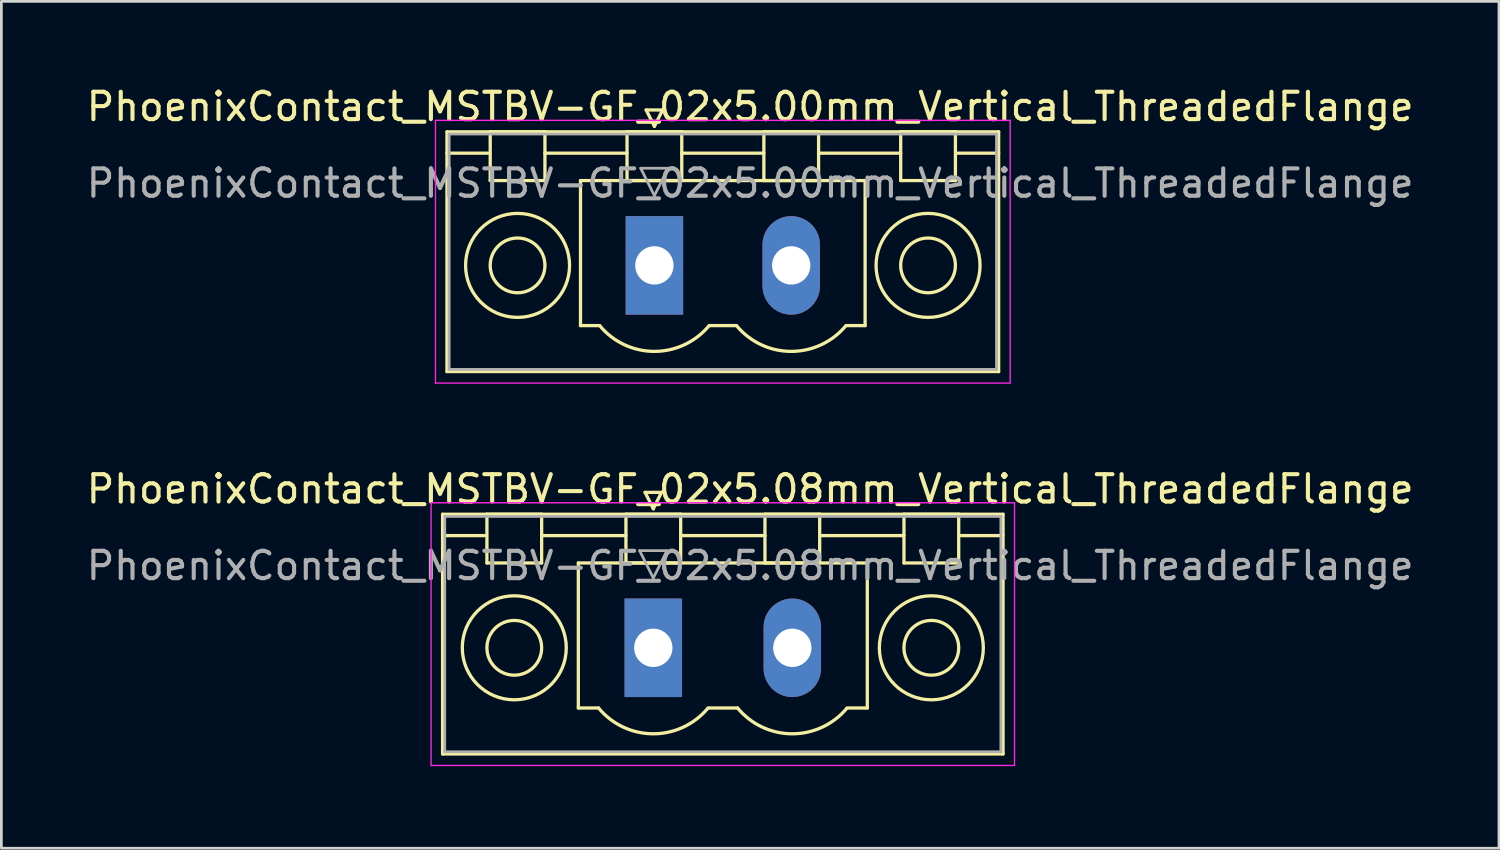
<source format=kicad_pcb>
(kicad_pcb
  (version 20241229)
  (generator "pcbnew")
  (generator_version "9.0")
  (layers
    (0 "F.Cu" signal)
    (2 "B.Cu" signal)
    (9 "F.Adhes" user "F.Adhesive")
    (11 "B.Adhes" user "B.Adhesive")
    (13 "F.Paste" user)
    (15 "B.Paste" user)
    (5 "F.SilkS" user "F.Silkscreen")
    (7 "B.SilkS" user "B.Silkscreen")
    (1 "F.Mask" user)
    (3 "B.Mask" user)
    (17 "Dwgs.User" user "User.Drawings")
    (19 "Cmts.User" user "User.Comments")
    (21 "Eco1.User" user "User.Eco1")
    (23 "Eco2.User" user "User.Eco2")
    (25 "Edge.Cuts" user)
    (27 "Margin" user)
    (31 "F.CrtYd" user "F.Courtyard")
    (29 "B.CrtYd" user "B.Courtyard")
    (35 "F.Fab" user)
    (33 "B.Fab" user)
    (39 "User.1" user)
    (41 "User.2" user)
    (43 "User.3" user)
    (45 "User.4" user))
  (footprint "PhoenixContact_MSTBV-GF_02x5.08mm_Vertical_ThreadedFlange"
    (layer "F.Cu")
    (at 20.823 20.622)
    (property "Reference" "PhoenixContact_MSTBV-GF_02x5.08mm_Vertical_ThreadedFlange" (at 3.54 -5.8 0) (layer "F.SilkS") (effects (font (size 1 1) (thickness 0.15))))
    (attr through_hole)
    (fp_line (start -7.7 -4.88) (end -7.7 3.88) (stroke (width 0.12) (type solid)) (layer "F.SilkS"))
    (fp_line (start -7.7 -4.1) (end -6.16 -4.1) (stroke (width 0.12) (type solid)) (layer "F.SilkS"))
    (fp_line (start -7.7 3.88) (end 12.78 3.88) (stroke (width 0.12) (type solid)) (layer "F.SilkS"))
    (fp_line (start -6.08 -4.88) (end -4.08 -4.88) (stroke (width 0.12) (type solid)) (layer "F.SilkS"))
    (fp_line (start -6.08 -3.1) (end -6.08 -4.88) (stroke (width 0.12) (type solid)) (layer "F.SilkS"))
    (fp_line (start -4.08 -4.88) (end -4.08 -3.1) (stroke (width 0.12) (type solid)) (layer "F.SilkS"))
    (fp_line (start -4.08 -4.1) (end -1 -4.1) (stroke (width 0.12) (type solid)) (layer "F.SilkS"))
    (fp_line (start -4.08 -3.1) (end -6.08 -3.1) (stroke (width 0.12) (type solid)) (layer "F.SilkS"))
    (fp_line (start -2.74 -3.1) (end 7.82 -3.1) (stroke (width 0.12) (type solid)) (layer "F.SilkS"))
    (fp_line (start -2.74 2.2) (end -2.74 -3.1) (stroke (width 0.12) (type solid)) (layer "F.SilkS"))
    (fp_line (start -2 2.2) (end -2.74 2.2) (stroke (width 0.12) (type solid)) (layer "F.SilkS"))
    (fp_line (start -1 -4.88) (end 1 -4.88) (stroke (width 0.12) (type solid)) (layer "F.SilkS"))
    (fp_line (start -1 -3.1) (end -1 -4.88) (stroke (width 0.12) (type solid)) (layer "F.SilkS"))
    (fp_line (start -0.3 -5.68) (end 0.3 -5.68) (stroke (width 0.12) (type solid)) (layer "F.SilkS"))
    (fp_line (start 0 -5.08) (end -0.3 -5.68) (stroke (width 0.12) (type solid)) (layer "F.SilkS"))
    (fp_line (start 0.3 -5.68) (end 0 -5.08) (stroke (width 0.12) (type solid)) (layer "F.SilkS"))
    (fp_line (start 1 -4.88) (end 1 -3.1) (stroke (width 0.12) (type solid)) (layer "F.SilkS"))
    (fp_line (start 1 -4.1) (end 4.08 -4.1) (stroke (width 0.12) (type solid)) (layer "F.SilkS"))
    (fp_line (start 1 -3.1) (end -1 -3.1) (stroke (width 0.12) (type solid)) (layer "F.SilkS"))
    (fp_line (start 2 2.2) (end 3.08 2.2) (stroke (width 0.12) (type solid)) (layer "F.SilkS"))
    (fp_line (start 4.08 -4.88) (end 6.08 -4.88) (stroke (width 0.12) (type solid)) (layer "F.SilkS"))
    (fp_line (start 4.08 -3.1) (end 4.08 -4.88) (stroke (width 0.12) (type solid)) (layer "F.SilkS"))
    (fp_line (start 6.08 -4.88) (end 6.08 -3.1) (stroke (width 0.12) (type solid)) (layer "F.SilkS"))
    (fp_line (start 6.08 -4.1) (end 9.16 -4.1) (stroke (width 0.12) (type solid)) (layer "F.SilkS"))
    (fp_line (start 6.08 -3.1) (end 4.08 -3.1) (stroke (width 0.12) (type solid)) (layer "F.SilkS"))
    (fp_line (start 7.82 -3.1) (end 7.82 2.2) (stroke (width 0.12) (type solid)) (layer "F.SilkS"))
    (fp_line (start 7.82 2.2) (end 7.08 2.2) (stroke (width 0.12) (type solid)) (layer "F.SilkS"))
    (fp_line (start 9.16 -4.88) (end 11.16 -4.88) (stroke (width 0.12) (type solid)) (layer "F.SilkS"))
    (fp_line (start 9.16 -3.1) (end 9.16 -4.88) (stroke (width 0.12) (type solid)) (layer "F.SilkS"))
    (fp_line (start 11.16 -4.88) (end 11.16 -3.1) (stroke (width 0.12) (type solid)) (layer "F.SilkS"))
    (fp_line (start 11.16 -3.1) (end 9.16 -3.1) (stroke (width 0.12) (type solid)) (layer "F.SilkS"))
    (fp_line (start 12.78 -4.88) (end -7.7 -4.88) (stroke (width 0.12) (type solid)) (layer "F.SilkS"))
    (fp_line (start 12.78 -4.1) (end 11.24 -4.1) (stroke (width 0.12) (type solid)) (layer "F.SilkS"))
    (fp_line (start 12.78 3.88) (end 12.78 -4.88) (stroke (width 0.12) (type solid)) (layer "F.SilkS"))
    (fp_arc (start 1.986842 2.215821) (mid -0.010289 3.142758) (end -2 2.2) (stroke (width 0.12) (type solid)) (layer "F.SilkS"))
    (fp_arc (start 7.066842 2.215821) (mid 5.069711 3.142758) (end 3.08 2.2) (stroke (width 0.12) (type solid)) (layer "F.SilkS"))
    (fp_circle (center -5.08 0) (end -4.08 0) (stroke (width 0.12) (type solid)) (fill no) (layer "F.SilkS"))
    (fp_circle (center -5.08 0) (end -3.18 0) (stroke (width 0.12) (type solid)) (fill no) (layer "F.SilkS"))
    (fp_circle (center 10.16 0) (end 11.16 0) (stroke (width 0.12) (type solid)) (fill no) (layer "F.SilkS"))
    (fp_circle (center 10.16 0) (end 12.06 0) (stroke (width 0.12) (type solid)) (fill no) (layer "F.SilkS"))
    (fp_line (start -8.12 -5.3) (end -8.12 4.3) (stroke (width 0.05) (type solid)) (layer "F.CrtYd"))
    (fp_line (start -8.12 4.3) (end 13.2 4.3) (stroke (width 0.05) (type solid)) (layer "F.CrtYd"))
    (fp_line (start 13.2 -5.3) (end -8.12 -5.3) (stroke (width 0.05) (type solid)) (layer "F.CrtYd"))
    (fp_line (start 13.2 4.3) (end 13.2 -5.3) (stroke (width 0.05) (type solid)) (layer "F.CrtYd"))
    (fp_line (start -7.62 -4.8) (end -7.62 3.8) (stroke (width 0.1) (type solid)) (layer "F.Fab"))
    (fp_line (start -7.62 3.8) (end 12.7 3.8) (stroke (width 0.1) (type solid)) (layer "F.Fab"))
    (fp_line (start -0.5 -3.55) (end 0.5 -3.55) (stroke (width 0.1) (type solid)) (layer "F.Fab"))
    (fp_line (start 0 -2.55) (end -0.5 -3.55) (stroke (width 0.1) (type solid)) (layer "F.Fab"))
    (fp_line (start 0.5 -3.55) (end 0 -2.55) (stroke (width 0.1) (type solid)) (layer "F.Fab"))
    (fp_line (start 12.7 -4.8) (end -7.62 -4.8) (stroke (width 0.1) (type solid)) (layer "F.Fab"))
    (fp_line (start 12.7 3.8) (end 12.7 -4.8) (stroke (width 0.1) (type solid)) (layer "F.Fab"))
    (fp_text user "${REFERENCE}" (at 3.54 -3 0) (layer "F.Fab") (effects (font (size 1 1) (thickness 0.15))))
    (pad "1" thru_hole rect (at 0 0) (size 2.1 3.6) (drill 1.4) (layers "*.Cu" "*.Mask"))
    (pad "2" thru_hole oval (at 5.08 0) (size 2.1 3.6) (drill 1.4) (layers "*.Cu" "*.Mask")))
  (footprint "PhoenixContact_MSTBV-GF_02x5.00mm_Vertical_ThreadedFlange"
    (layer "F.Cu")
    (at 20.863 6.648)
    (property "Reference" "PhoenixContact_MSTBV-GF_02x5.00mm_Vertical_ThreadedFlange" (at 3.5 -5.8 0) (layer "F.SilkS") (effects (font (size 1 1) (thickness 0.15))))
    (attr through_hole)
    (fp_line (start -7.58 -4.88) (end -7.58 3.88) (stroke (width 0.12) (type solid)) (layer "F.SilkS"))
    (fp_line (start -7.58 -4.1) (end -6.08 -4.1) (stroke (width 0.12) (type solid)) (layer "F.SilkS"))
    (fp_line (start -7.58 3.88) (end 12.58 3.88) (stroke (width 0.12) (type solid)) (layer "F.SilkS"))
    (fp_line (start -6 -4.88) (end -4 -4.88) (stroke (width 0.12) (type solid)) (layer "F.SilkS"))
    (fp_line (start -6 -3.1) (end -6 -4.88) (stroke (width 0.12) (type solid)) (layer "F.SilkS"))
    (fp_line (start -4 -4.88) (end -4 -3.1) (stroke (width 0.12) (type solid)) (layer "F.SilkS"))
    (fp_line (start -4 -4.1) (end -1 -4.1) (stroke (width 0.12) (type solid)) (layer "F.SilkS"))
    (fp_line (start -4 -3.1) (end -6 -3.1) (stroke (width 0.12) (type solid)) (layer "F.SilkS"))
    (fp_line (start -2.7 -3.1) (end 7.7 -3.1) (stroke (width 0.12) (type solid)) (layer "F.SilkS"))
    (fp_line (start -2.7 2.2) (end -2.7 -3.1) (stroke (width 0.12) (type solid)) (layer "F.SilkS"))
    (fp_line (start -2 2.2) (end -2.7 2.2) (stroke (width 0.12) (type solid)) (layer "F.SilkS"))
    (fp_line (start -1 -4.88) (end 1 -4.88) (stroke (width 0.12) (type solid)) (layer "F.SilkS"))
    (fp_line (start -1 -3.1) (end -1 -4.88) (stroke (width 0.12) (type solid)) (layer "F.SilkS"))
    (fp_line (start -0.3 -5.68) (end 0.3 -5.68) (stroke (width 0.12) (type solid)) (layer "F.SilkS"))
    (fp_line (start 0 -5.08) (end -0.3 -5.68) (stroke (width 0.12) (type solid)) (layer "F.SilkS"))
    (fp_line (start 0.3 -5.68) (end 0 -5.08) (stroke (width 0.12) (type solid)) (layer "F.SilkS"))
    (fp_line (start 1 -4.88) (end 1 -3.1) (stroke (width 0.12) (type solid)) (layer "F.SilkS"))
    (fp_line (start 1 -4.1) (end 4 -4.1) (stroke (width 0.12) (type solid)) (layer "F.SilkS"))
    (fp_line (start 1 -3.1) (end -1 -3.1) (stroke (width 0.12) (type solid)) (layer "F.SilkS"))
    (fp_line (start 2 2.2) (end 3 2.2) (stroke (width 0.12) (type solid)) (layer "F.SilkS"))
    (fp_line (start 4 -4.88) (end 6 -4.88) (stroke (width 0.12) (type solid)) (layer "F.SilkS"))
    (fp_line (start 4 -3.1) (end 4 -4.88) (stroke (width 0.12) (type solid)) (layer "F.SilkS"))
    (fp_line (start 6 -4.88) (end 6 -3.1) (stroke (width 0.12) (type solid)) (layer "F.SilkS"))
    (fp_line (start 6 -4.1) (end 9 -4.1) (stroke (width 0.12) (type solid)) (layer "F.SilkS"))
    (fp_line (start 6 -3.1) (end 4 -3.1) (stroke (width 0.12) (type solid)) (layer "F.SilkS"))
    (fp_line (start 7.7 -3.1) (end 7.7 2.2) (stroke (width 0.12) (type solid)) (layer "F.SilkS"))
    (fp_line (start 7.7 2.2) (end 7 2.2) (stroke (width 0.12) (type solid)) (layer "F.SilkS"))
    (fp_line (start 9 -4.88) (end 11 -4.88) (stroke (width 0.12) (type solid)) (layer "F.SilkS"))
    (fp_line (start 9 -3.1) (end 9 -4.88) (stroke (width 0.12) (type solid)) (layer "F.SilkS"))
    (fp_line (start 11 -4.88) (end 11 -3.1) (stroke (width 0.12) (type solid)) (layer "F.SilkS"))
    (fp_line (start 11 -3.1) (end 9 -3.1) (stroke (width 0.12) (type solid)) (layer "F.SilkS"))
    (fp_line (start 12.58 -4.88) (end -7.58 -4.88) (stroke (width 0.12) (type solid)) (layer "F.SilkS"))
    (fp_line (start 12.58 -4.1) (end 11.08 -4.1) (stroke (width 0.12) (type solid)) (layer "F.SilkS"))
    (fp_line (start 12.58 3.88) (end 12.58 -4.88) (stroke (width 0.12) (type solid)) (layer "F.SilkS"))
    (fp_arc (start 1.986842 2.215821) (mid -0.010289 3.142758) (end -2 2.2) (stroke (width 0.12) (type solid)) (layer "F.SilkS"))
    (fp_arc (start 6.986842 2.215821) (mid 4.989711 3.142758) (end 3 2.2) (stroke (width 0.12) (type solid)) (layer "F.SilkS"))
    (fp_circle (center -5 0) (end -4 0) (stroke (width 0.12) (type solid)) (fill no) (layer "F.SilkS"))
    (fp_circle (center -5 0) (end -3.1 0) (stroke (width 0.12) (type solid)) (fill no) (layer "F.SilkS"))
    (fp_circle (center 10 0) (end 11 0) (stroke (width 0.12) (type solid)) (fill no) (layer "F.SilkS"))
    (fp_circle (center 10 0) (end 11.9 0) (stroke (width 0.12) (type solid)) (fill no) (layer "F.SilkS"))
    (fp_line (start -8 -5.3) (end -8 4.3) (stroke (width 0.05) (type solid)) (layer "F.CrtYd"))
    (fp_line (start -8 4.3) (end 13 4.3) (stroke (width 0.05) (type solid)) (layer "F.CrtYd"))
    (fp_line (start 13 -5.3) (end -8 -5.3) (stroke (width 0.05) (type solid)) (layer "F.CrtYd"))
    (fp_line (start 13 4.3) (end 13 -5.3) (stroke (width 0.05) (type solid)) (layer "F.CrtYd"))
    (fp_line (start -7.5 -4.8) (end -7.5 3.8) (stroke (width 0.1) (type solid)) (layer "F.Fab"))
    (fp_line (start -7.5 3.8) (end 12.5 3.8) (stroke (width 0.1) (type solid)) (layer "F.Fab"))
    (fp_line (start -0.5 -3.55) (end 0.5 -3.55) (stroke (width 0.1) (type solid)) (layer "F.Fab"))
    (fp_line (start 0 -2.55) (end -0.5 -3.55) (stroke (width 0.1) (type solid)) (layer "F.Fab"))
    (fp_line (start 0.5 -3.55) (end 0 -2.55) (stroke (width 0.1) (type solid)) (layer "F.Fab"))
    (fp_line (start 12.5 -4.8) (end -7.5 -4.8) (stroke (width 0.1) (type solid)) (layer "F.Fab"))
    (fp_line (start 12.5 3.8) (end 12.5 -4.8) (stroke (width 0.1) (type solid)) (layer "F.Fab"))
    (fp_text user "${REFERENCE}" (at 3.5 -3 0) (layer "F.Fab") (effects (font (size 1 1) (thickness 0.15))))
    (pad "1" thru_hole rect (at 0 0) (size 2.1 3.6) (drill 1.4) (layers "*.Cu" "*.Mask"))
    (pad "2" thru_hole oval (at 5 0) (size 2.1 3.6) (drill 1.4) (layers "*.Cu" "*.Mask")))
  (gr_rect
    (start -3 -3)
    (end 51.726 27.947)
    (stroke (width 0.1) (type default))
    (fill no)
    (layer "Edge.Cuts")))
</source>
